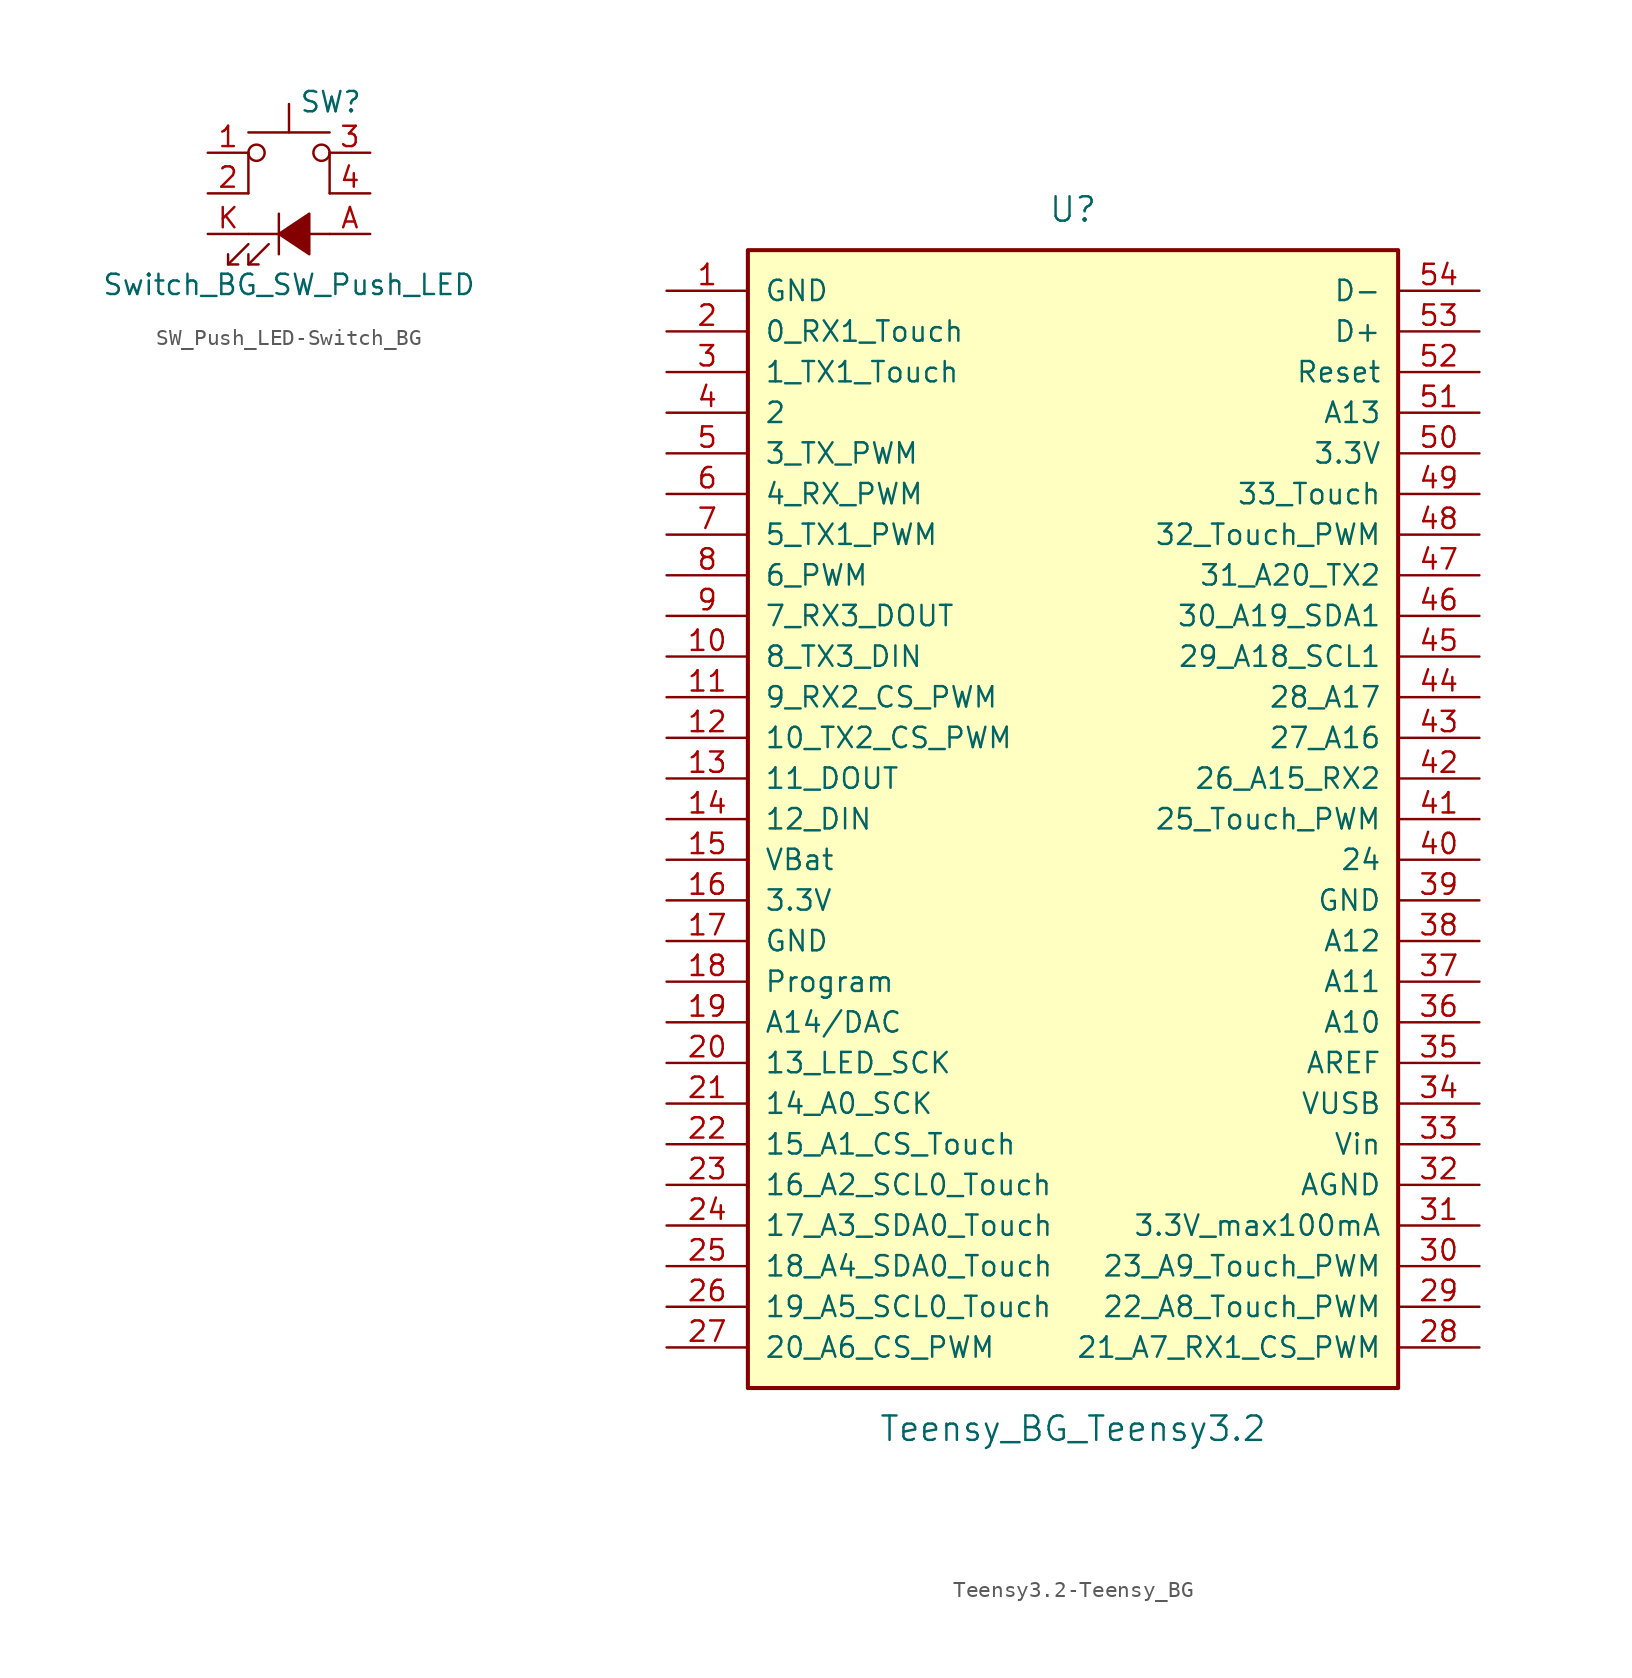
<source format=kicad_sym>
(kicad_symbol_lib
  (version 20231120)
  (generator "kicad_symbol_editor")
  (generator_version "8.0")
  (symbol "SW_Push_LED-Switch_BG"
    (pin_names
      (offset 1.016) hide)
    (property "Reference" "SW"
      (at 0.635 5.715 0)
      (effects (font (size 1.27 1.27)) (justify left)))
    (property "Value" "Switch_BG_SW_Push_LED"
      (at 0 -5.715 0)
      (effects (font (size 1.27 1.27))))
    (symbol "SW_Push_LED-Switch_BG_0_0"
      (polyline (pts (xy -3.81 -4.445) (xy -2.54 -3.175)) (stroke (width 0) (type solid)) (fill (type none)))
      (polyline (pts (xy -2.54 -4.445) (xy -1.27 -3.175)) (stroke (width 0) (type solid)) (fill (type none)))
      (polyline (pts (xy -2.54 -2.54) (xy 2.54 -2.54)) (stroke (width 0) (type solid)) (fill (type none)))
      (polyline (pts (xy -0.635 -1.27) (xy -0.635 -3.81)) (stroke (width 0) (type solid)) (fill (type none)))
      (polyline (pts (xy -3.81 -3.81) (xy -3.81 -4.445) (xy -3.175 -4.445)) (stroke (width 0) (type solid)) (fill (type none)))
      (polyline (pts (xy -2.54 -3.81) (xy -2.54 -4.445) (xy -1.905 -4.445)) (stroke (width 0) (type solid)) (fill (type none)))
      (polyline (pts (xy -0.635 -2.54) (xy 1.27 -1.27) (xy 1.27 -3.81) (xy -0.635 -2.54)) (stroke (width 0) (type solid)) (fill (type outline))))
    (symbol "SW_Push_LED-Switch_BG_0_1"
      (rectangle (start -2.54 0) (end -2.54 2.54) (stroke (width 0) (type solid)) (fill (type none)))
      (circle (center -2.032 2.54) (radius 0.508) (stroke (width 0) (type solid)) (fill (type none)))
      (polyline (pts (xy 0 3.81) (xy 0 5.588)) (stroke (width 0) (type solid)) (fill (type none)))
      (polyline (pts (xy 2.54 3.81) (xy -2.54 3.81)) (stroke (width 0) (type solid)) (fill (type none)))
      (circle (center 2.032 2.54) (radius 0.508) (stroke (width 0) (type solid)) (fill (type none)))
      (rectangle (start 2.54 2.54) (end 2.54 0) (stroke (width 0) (type solid)) (fill (type none)))
      (pin passive line (at -5.08 2.54 0) (length 2.54) (name "1" (effects (font (size 1.27 1.27)))) (number "1" (effects (font (size 1.27 1.27)))))
      (pin passive line (at 5.08 2.54 180) (length 2.54) (name "3" (effects (font (size 1.27 1.27)))) (number "3" (effects (font (size 1.27 1.27)))))
      (pin passive line (at 5.08 -2.54 180) (length 2.54) (name "A" (effects (font (size 1.27 1.27)))) (number "A" (effects (font (size 1.27 1.27)))))
      (pin passive line (at -5.08 -2.54 0) (length 2.54) (name "K" (effects (font (size 1.27 1.27)))) (number "K" (effects (font (size 1.27 1.27))))))
    (symbol "SW_Push_LED-Switch_BG_1_1"
      (pin passive line (at -5.08 0 0) (length 2.54) (name "2" (effects (font (size 1.27 1.27)))) (number "2" (effects (font (size 1.27 1.27)))))
      (pin passive line (at 5.08 0 180) (length 2.54) (name "4" (effects (font (size 1.27 1.27)))) (number "4" (effects (font (size 1.27 1.27)))))))
  (symbol "Teensy3.2-Teensy_BG"
    (pin_names
      (offset 1.016))
    (property "Reference" "U"
      (at 0 38.1 0)
      (effects (font (size 1.524 1.524))))
    (property "Value" "Teensy_BG_Teensy3.2"
      (at 0 -38.1 0)
      (effects (font (size 1.524 1.524))))
    (property "Footprint" ""
      (at 0 -20.32 0)
      (effects (font (size 1.524 1.524))))
    (property "Datasheet" ""
      (at 0 -20.32 0)
      (effects (font (size 1.524 1.524))))
    (symbol "Teensy3.2-Teensy_BG_0_1"
      (rectangle (start -20.32 35.56) (end 20.32 -35.56) (stroke (width 0.254) (type solid)) (fill (type background))))
    (symbol "Teensy3.2-Teensy_BG_1_1"
      (pin power_in line (at -25.4 33.02 0) (length 5.08) (name "GND" (effects (font (size 1.27 1.27)))) (number "1" (effects (font (size 1.27 1.27)))))
      (pin bidirectional line (at -25.4 10.16 0) (length 5.08) (name "8_TX3_DIN" (effects (font (size 1.27 1.27)))) (number "10" (effects (font (size 1.27 1.27)))))
      (pin bidirectional line (at -25.4 7.62 0) (length 5.08) (name "9_RX2_CS_PWM" (effects (font (size 1.27 1.27)))) (number "11" (effects (font (size 1.27 1.27)))))
      (pin bidirectional line (at -25.4 5.08 0) (length 5.08) (name "10_TX2_CS_PWM" (effects (font (size 1.27 1.27)))) (number "12" (effects (font (size 1.27 1.27)))))
      (pin bidirectional line (at -25.4 2.54 0) (length 5.08) (name "11_DOUT" (effects (font (size 1.27 1.27)))) (number "13" (effects (font (size 1.27 1.27)))))
      (pin bidirectional line (at -25.4 0 0) (length 5.08) (name "12_DIN" (effects (font (size 1.27 1.27)))) (number "14" (effects (font (size 1.27 1.27)))))
      (pin power_in line (at -25.4 -2.54 0) (length 5.08) (name "VBat" (effects (font (size 1.27 1.27)))) (number "15" (effects (font (size 1.27 1.27)))))
      (pin power_out line (at -25.4 -5.08 0) (length 5.08) (name "3.3V" (effects (font (size 1.27 1.27)))) (number "16" (effects (font (size 1.27 1.27)))))
      (pin power_in line (at -25.4 -7.62 0) (length 5.08) (name "GND" (effects (font (size 1.27 1.27)))) (number "17" (effects (font (size 1.27 1.27)))))
      (pin input line (at -25.4 -10.16 0) (length 5.08) (name "Program" (effects (font (size 1.27 1.27)))) (number "18" (effects (font (size 1.27 1.27)))))
      (pin bidirectional line (at -25.4 -12.7 0) (length 5.08) (name "A14/DAC" (effects (font (size 1.27 1.27)))) (number "19" (effects (font (size 1.27 1.27)))))
      (pin bidirectional line (at -25.4 30.48 0) (length 5.08) (name "0_RX1_Touch" (effects (font (size 1.27 1.27)))) (number "2" (effects (font (size 1.27 1.27)))))
      (pin bidirectional line (at -25.4 -15.24 0) (length 5.08) (name "13_LED_SCK" (effects (font (size 1.27 1.27)))) (number "20" (effects (font (size 1.27 1.27)))))
      (pin bidirectional line (at -25.4 -17.78 0) (length 5.08) (name "14_A0_SCK" (effects (font (size 1.27 1.27)))) (number "21" (effects (font (size 1.27 1.27)))))
      (pin bidirectional line (at -25.4 -20.32 0) (length 5.08) (name "15_A1_CS_Touch" (effects (font (size 1.27 1.27)))) (number "22" (effects (font (size 1.27 1.27)))))
      (pin bidirectional line (at -25.4 -22.86 0) (length 5.08) (name "16_A2_SCL0_Touch" (effects (font (size 1.27 1.27)))) (number "23" (effects (font (size 1.27 1.27)))))
      (pin bidirectional line (at -25.4 -25.4 0) (length 5.08) (name "17_A3_SDA0_Touch" (effects (font (size 1.27 1.27)))) (number "24" (effects (font (size 1.27 1.27)))))
      (pin bidirectional line (at -25.4 -27.94 0) (length 5.08) (name "18_A4_SDA0_Touch" (effects (font (size 1.27 1.27)))) (number "25" (effects (font (size 1.27 1.27)))))
      (pin bidirectional line (at -25.4 -30.48 0) (length 5.08) (name "19_A5_SCL0_Touch" (effects (font (size 1.27 1.27)))) (number "26" (effects (font (size 1.27 1.27)))))
      (pin bidirectional line (at -25.4 -33.02 0) (length 5.08) (name "20_A6_CS_PWM" (effects (font (size 1.27 1.27)))) (number "27" (effects (font (size 1.27 1.27)))))
      (pin bidirectional line (at 25.4 -33.02 180) (length 5.08) (name "21_A7_RX1_CS_PWM" (effects (font (size 1.27 1.27)))) (number "28" (effects (font (size 1.27 1.27)))))
      (pin bidirectional line (at 25.4 -30.48 180) (length 5.08) (name "22_A8_Touch_PWM" (effects (font (size 1.27 1.27)))) (number "29" (effects (font (size 1.27 1.27)))))
      (pin bidirectional line (at -25.4 27.94 0) (length 5.08) (name "1_TX1_Touch" (effects (font (size 1.27 1.27)))) (number "3" (effects (font (size 1.27 1.27)))))
      (pin bidirectional line (at 25.4 -27.94 180) (length 5.08) (name "23_A9_Touch_PWM" (effects (font (size 1.27 1.27)))) (number "30" (effects (font (size 1.27 1.27)))))
      (pin power_out line (at 25.4 -25.4 180) (length 5.08) (name "3.3V_max100mA" (effects (font (size 1.27 1.27)))) (number "31" (effects (font (size 1.27 1.27)))))
      (pin input line (at 25.4 -22.86 180) (length 5.08) (name "AGND" (effects (font (size 1.27 1.27)))) (number "32" (effects (font (size 1.27 1.27)))))
      (pin power_in line (at 25.4 -20.32 180) (length 5.08) (name "Vin" (effects (font (size 1.27 1.27)))) (number "33" (effects (font (size 1.27 1.27)))))
      (pin power_in line (at 25.4 -17.78 180) (length 5.08) (name "VUSB" (effects (font (size 1.27 1.27)))) (number "34" (effects (font (size 1.27 1.27)))))
      (pin input line (at 25.4 -15.24 180) (length 5.08) (name "AREF" (effects (font (size 1.27 1.27)))) (number "35" (effects (font (size 1.27 1.27)))))
      (pin bidirectional line (at 25.4 -12.7 180) (length 5.08) (name "A10" (effects (font (size 1.27 1.27)))) (number "36" (effects (font (size 1.27 1.27)))))
      (pin bidirectional line (at 25.4 -10.16 180) (length 5.08) (name "A11" (effects (font (size 1.27 1.27)))) (number "37" (effects (font (size 1.27 1.27)))))
      (pin bidirectional line (at 25.4 -7.62 180) (length 5.08) (name "A12" (effects (font (size 1.27 1.27)))) (number "38" (effects (font (size 1.27 1.27)))))
      (pin power_in line (at 25.4 -5.08 180) (length 5.08) (name "GND" (effects (font (size 1.27 1.27)))) (number "39" (effects (font (size 1.27 1.27)))))
      (pin bidirectional line (at -25.4 25.4 0) (length 5.08) (name "2" (effects (font (size 1.27 1.27)))) (number "4" (effects (font (size 1.27 1.27)))))
      (pin bidirectional line (at 25.4 -2.54 180) (length 5.08) (name "24" (effects (font (size 1.27 1.27)))) (number "40" (effects (font (size 1.27 1.27)))))
      (pin bidirectional line (at 25.4 0 180) (length 5.08) (name "25_Touch_PWM" (effects (font (size 1.27 1.27)))) (number "41" (effects (font (size 1.27 1.27)))))
      (pin bidirectional line (at 25.4 2.54 180) (length 5.08) (name "26_A15_RX2" (effects (font (size 1.27 1.27)))) (number "42" (effects (font (size 1.27 1.27)))))
      (pin bidirectional line (at 25.4 5.08 180) (length 5.08) (name "27_A16" (effects (font (size 1.27 1.27)))) (number "43" (effects (font (size 1.27 1.27)))))
      (pin bidirectional line (at 25.4 7.62 180) (length 5.08) (name "28_A17" (effects (font (size 1.27 1.27)))) (number "44" (effects (font (size 1.27 1.27)))))
      (pin bidirectional line (at 25.4 10.16 180) (length 5.08) (name "29_A18_SCL1" (effects (font (size 1.27 1.27)))) (number "45" (effects (font (size 1.27 1.27)))))
      (pin bidirectional line (at 25.4 12.7 180) (length 5.08) (name "30_A19_SDA1" (effects (font (size 1.27 1.27)))) (number "46" (effects (font (size 1.27 1.27)))))
      (pin bidirectional line (at 25.4 15.24 180) (length 5.08) (name "31_A20_TX2" (effects (font (size 1.27 1.27)))) (number "47" (effects (font (size 1.27 1.27)))))
      (pin bidirectional line (at 25.4 17.78 180) (length 5.08) (name "32_Touch_PWM" (effects (font (size 1.27 1.27)))) (number "48" (effects (font (size 1.27 1.27)))))
      (pin bidirectional line (at 25.4 20.32 180) (length 5.08) (name "33_Touch" (effects (font (size 1.27 1.27)))) (number "49" (effects (font (size 1.27 1.27)))))
      (pin bidirectional line (at -25.4 22.86 0) (length 5.08) (name "3_TX_PWM" (effects (font (size 1.27 1.27)))) (number "5" (effects (font (size 1.27 1.27)))))
      (pin power_out line (at 25.4 22.86 180) (length 5.08) (name "3.3V" (effects (font (size 1.27 1.27)))) (number "50" (effects (font (size 1.27 1.27)))))
      (pin bidirectional line (at 25.4 25.4 180) (length 5.08) (name "A13" (effects (font (size 1.27 1.27)))) (number "51" (effects (font (size 1.27 1.27)))))
      (pin input line (at 25.4 27.94 180) (length 5.08) (name "Reset" (effects (font (size 1.27 1.27)))) (number "52" (effects (font (size 1.27 1.27)))))
      (pin bidirectional line (at 25.4 30.48 180) (length 5.08) (name "D+" (effects (font (size 1.27 1.27)))) (number "53" (effects (font (size 1.27 1.27)))))
      (pin bidirectional line (at 25.4 33.02 180) (length 5.08) (name "D-" (effects (font (size 1.27 1.27)))) (number "54" (effects (font (size 1.27 1.27)))))
      (pin bidirectional line (at -25.4 20.32 0) (length 5.08) (name "4_RX_PWM" (effects (font (size 1.27 1.27)))) (number "6" (effects (font (size 1.27 1.27)))))
      (pin bidirectional line (at -25.4 17.78 0) (length 5.08) (name "5_TX1_PWM" (effects (font (size 1.27 1.27)))) (number "7" (effects (font (size 1.27 1.27)))))
      (pin bidirectional line (at -25.4 15.24 0) (length 5.08) (name "6_PWM" (effects (font (size 1.27 1.27)))) (number "8" (effects (font (size 1.27 1.27)))))
      (pin bidirectional line (at -25.4 12.7 0) (length 5.08) (name "7_RX3_DOUT" (effects (font (size 1.27 1.27)))) (number "9" (effects (font (size 1.27 1.27))))))))
</source>
